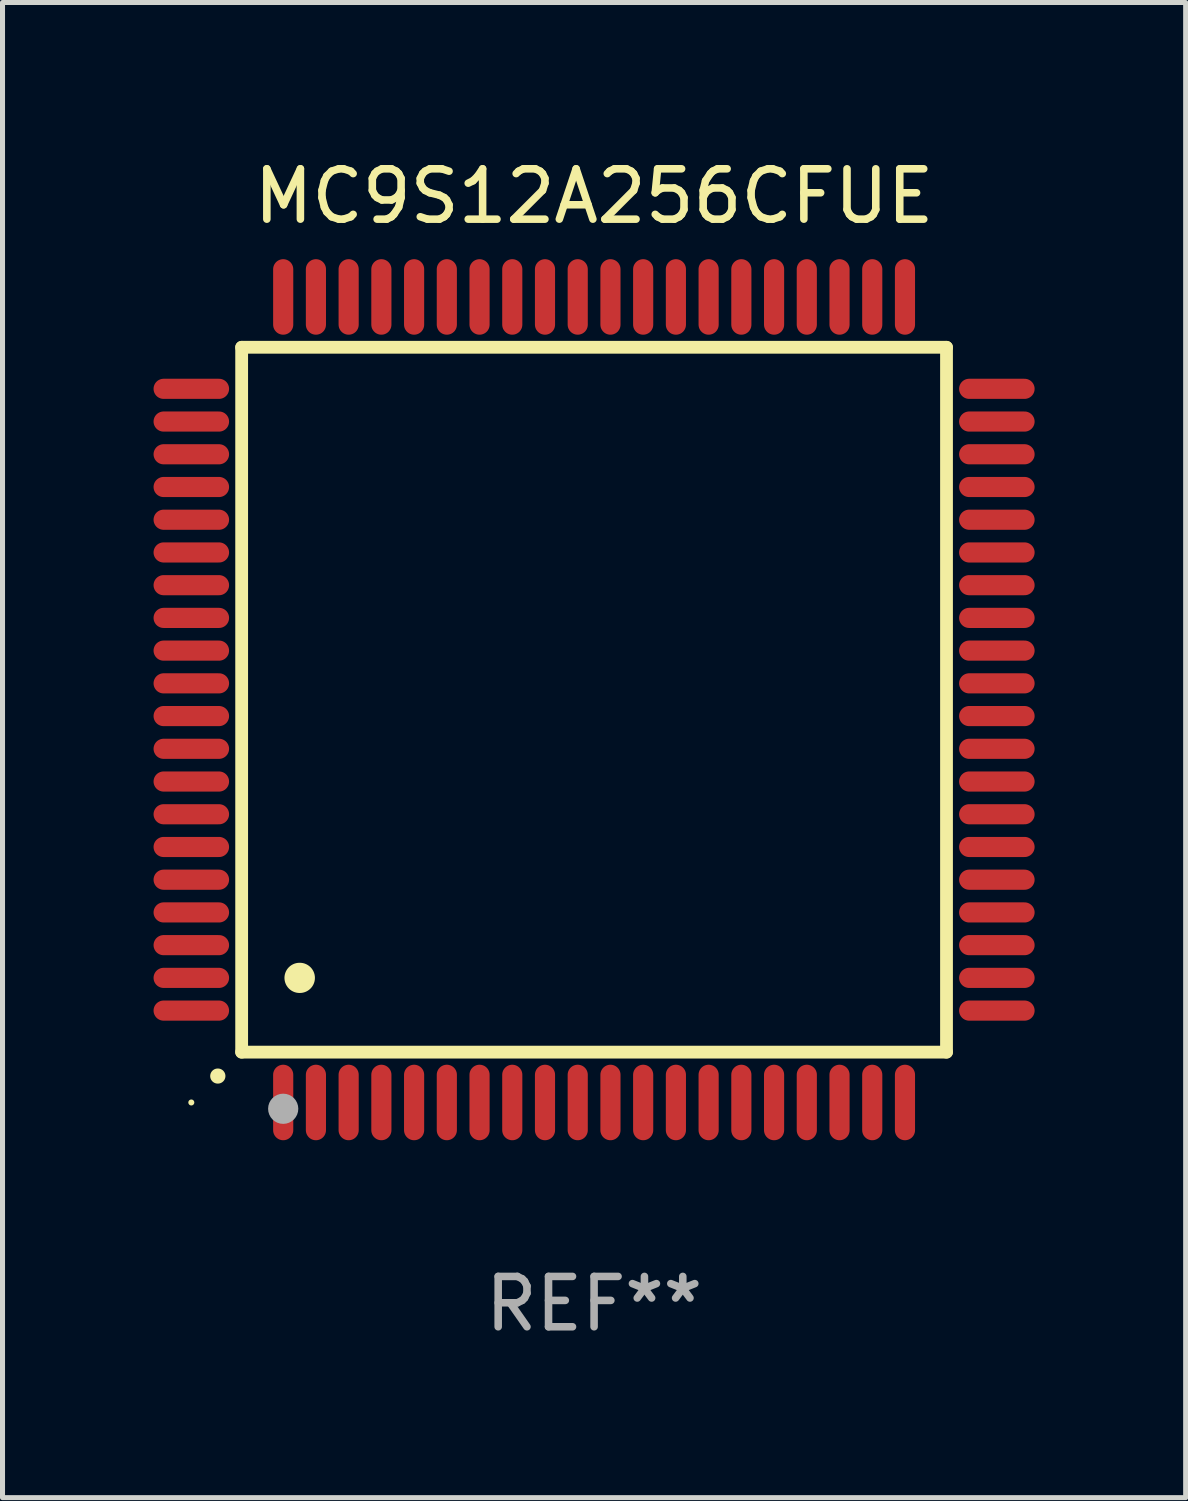
<source format=kicad_pcb>
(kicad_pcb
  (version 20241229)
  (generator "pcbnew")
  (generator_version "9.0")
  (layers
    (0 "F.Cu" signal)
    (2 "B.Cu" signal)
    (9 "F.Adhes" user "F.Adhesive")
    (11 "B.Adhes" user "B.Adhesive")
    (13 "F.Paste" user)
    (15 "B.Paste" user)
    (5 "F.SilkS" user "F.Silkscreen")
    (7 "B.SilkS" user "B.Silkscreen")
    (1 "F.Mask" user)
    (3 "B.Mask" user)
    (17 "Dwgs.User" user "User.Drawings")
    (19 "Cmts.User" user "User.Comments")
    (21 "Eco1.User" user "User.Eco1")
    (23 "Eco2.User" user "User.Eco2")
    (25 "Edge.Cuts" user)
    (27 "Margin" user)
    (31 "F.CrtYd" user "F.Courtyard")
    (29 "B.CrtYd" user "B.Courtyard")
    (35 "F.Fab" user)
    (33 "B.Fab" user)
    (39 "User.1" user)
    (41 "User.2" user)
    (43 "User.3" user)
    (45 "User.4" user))
  (footprint "MC9S12A256CFUE"
    (layer "F.Cu")
    (at 8.75 10.848)
    (property "Reference" "MC9S12A256CFUE" (at 0 -10 0) (layer "F.SilkS") (effects (font (size 1 1) (thickness 0.15))))
    (attr through_hole)
    (fp_line (start -7 -7) (end -7 7) (stroke (width 0.254) (type solid)) (layer "F.SilkS"))
    (fp_line (start -7 -7) (end 7 -7) (stroke (width 0.254) (type solid)) (layer "F.SilkS"))
    (fp_line (start -7 7) (end 7 7) (stroke (width 0.254) (type solid)) (layer "F.SilkS"))
    (fp_line (start 7 -7) (end 7 7) (stroke (width 0.254) (type solid)) (layer "F.SilkS"))
    (fp_arc (start -7.475006 7.475006) (mid -7.473736 7.475001) (end -7.472466 7.475006) (stroke (width 0.3) (type solid)) (layer "F.SilkS"))
    (fp_arc (start -5.850013 5.525019) (mid -5.847473 5.525008) (end -5.844933 5.525019) (stroke (width 0.6) (type solid)) (layer "F.SilkS"))
    (fp_circle (center -8 8) (end -7.97 8) (stroke (width 0.06) (type solid)) (fill no) (layer "F.SilkS"))
    (fp_circle (center -6.175 8.125) (end -6.025 8.125) (stroke (width 0.3) (type solid)) (fill no) (layer "F.Fab"))
    (fp_text user "REF**" (at 0 12 0) (layer "F.Fab") (effects (font (size 1 1) (thickness 0.15))))
    (pad "1" smd oval (at -6.175 8 180) (size 0.4 1.5) (layers "F.Cu" "F.Mask" "F.Paste"))
    (pad "2" smd oval (at -5.525 8 180) (size 0.4 1.5) (layers "F.Cu" "F.Mask" "F.Paste"))
    (pad "3" smd oval (at -4.875 8 180) (size 0.4 1.5) (layers "F.Cu" "F.Mask" "F.Paste"))
    (pad "4" smd oval (at -4.225 8 180) (size 0.4 1.5) (layers "F.Cu" "F.Mask" "F.Paste"))
    (pad "5" smd oval (at -3.575 8 180) (size 0.4 1.5) (layers "F.Cu" "F.Mask" "F.Paste"))
    (pad "6" smd oval (at -2.925 8 180) (size 0.4 1.5) (layers "F.Cu" "F.Mask" "F.Paste"))
    (pad "7" smd oval (at -2.275 8 180) (size 0.4 1.5) (layers "F.Cu" "F.Mask" "F.Paste"))
    (pad "8" smd oval (at -1.625 8 180) (size 0.4 1.5) (layers "F.Cu" "F.Mask" "F.Paste"))
    (pad "9" smd oval (at -0.975 8 180) (size 0.4 1.5) (layers "F.Cu" "F.Mask" "F.Paste"))
    (pad "10" smd oval (at -0.325 8 180) (size 0.4 1.5) (layers "F.Cu" "F.Mask" "F.Paste"))
    (pad "11" smd oval (at 0.325 8 180) (size 0.4 1.5) (layers "F.Cu" "F.Mask" "F.Paste"))
    (pad "12" smd oval (at 0.975 8 180) (size 0.4 1.5) (layers "F.Cu" "F.Mask" "F.Paste"))
    (pad "13" smd oval (at 1.625 8 180) (size 0.4 1.5) (layers "F.Cu" "F.Mask" "F.Paste"))
    (pad "14" smd oval (at 2.275 8 180) (size 0.4 1.5) (layers "F.Cu" "F.Mask" "F.Paste"))
    (pad "15" smd oval (at 2.925 8 180) (size 0.4 1.5) (layers "F.Cu" "F.Mask" "F.Paste"))
    (pad "16" smd oval (at 3.575 8 180) (size 0.4 1.5) (layers "F.Cu" "F.Mask" "F.Paste"))
    (pad "17" smd oval (at 4.225 8 180) (size 0.4 1.5) (layers "F.Cu" "F.Mask" "F.Paste"))
    (pad "18" smd oval (at 4.875 8 180) (size 0.4 1.5) (layers "F.Cu" "F.Mask" "F.Paste"))
    (pad "19" smd oval (at 5.525 8 180) (size 0.4 1.5) (layers "F.Cu" "F.Mask" "F.Paste"))
    (pad "20" smd oval (at 6.175 8) (size 0.4 1.5) (layers "F.Cu" "F.Mask" "F.Paste"))
    (pad "21" smd oval (at 8 6.175 270) (size 0.4 1.5) (layers "F.Cu" "F.Mask" "F.Paste"))
    (pad "22" smd oval (at 8 5.525 90) (size 0.4 1.5) (layers "F.Cu" "F.Mask" "F.Paste"))
    (pad "23" smd oval (at 8 4.875 90) (size 0.4 1.5) (layers "F.Cu" "F.Mask" "F.Paste"))
    (pad "24" smd oval (at 8 4.225 90) (size 0.4 1.5) (layers "F.Cu" "F.Mask" "F.Paste"))
    (pad "25" smd oval (at 8 3.575 90) (size 0.4 1.5) (layers "F.Cu" "F.Mask" "F.Paste"))
    (pad "26" smd oval (at 8 2.925 90) (size 0.4 1.5) (layers "F.Cu" "F.Mask" "F.Paste"))
    (pad "27" smd oval (at 8 2.275 90) (size 0.4 1.5) (layers "F.Cu" "F.Mask" "F.Paste"))
    (pad "28" smd oval (at 8 1.625 90) (size 0.4 1.5) (layers "F.Cu" "F.Mask" "F.Paste"))
    (pad "29" smd oval (at 8 0.975 90) (size 0.4 1.5) (layers "F.Cu" "F.Mask" "F.Paste"))
    (pad "30" smd oval (at 8 0.325 90) (size 0.4 1.5) (layers "F.Cu" "F.Mask" "F.Paste"))
    (pad "31" smd oval (at 8 -0.325 90) (size 0.4 1.5) (layers "F.Cu" "F.Mask" "F.Paste"))
    (pad "32" smd oval (at 8 -0.975 90) (size 0.4 1.5) (layers "F.Cu" "F.Mask" "F.Paste"))
    (pad "33" smd oval (at 8 -1.625 90) (size 0.4 1.5) (layers "F.Cu" "F.Mask" "F.Paste"))
    (pad "34" smd oval (at 8 -2.275 90) (size 0.4 1.5) (layers "F.Cu" "F.Mask" "F.Paste"))
    (pad "35" smd oval (at 8 -2.925 90) (size 0.4 1.5) (layers "F.Cu" "F.Mask" "F.Paste"))
    (pad "36" smd oval (at 8 -3.575 90) (size 0.4 1.5) (layers "F.Cu" "F.Mask" "F.Paste"))
    (pad "37" smd oval (at 8 -4.225 90) (size 0.4 1.5) (layers "F.Cu" "F.Mask" "F.Paste"))
    (pad "38" smd oval (at 8 -4.875 90) (size 0.4 1.5) (layers "F.Cu" "F.Mask" "F.Paste"))
    (pad "39" smd oval (at 8 -5.525 90) (size 0.4 1.5) (layers "F.Cu" "F.Mask" "F.Paste"))
    (pad "40" smd oval (at 8 -6.175 90) (size 0.4 1.5) (layers "F.Cu" "F.Mask" "F.Paste"))
    (pad "41" smd oval (at 6.175 -8) (size 0.4 1.5) (layers "F.Cu" "F.Mask" "F.Paste"))
    (pad "42" smd oval (at 5.525 -8 180) (size 0.4 1.5) (layers "F.Cu" "F.Mask" "F.Paste"))
    (pad "43" smd oval (at 4.875 -8 180) (size 0.4 1.5) (layers "F.Cu" "F.Mask" "F.Paste"))
    (pad "44" smd oval (at 4.225 -8 180) (size 0.4 1.5) (layers "F.Cu" "F.Mask" "F.Paste"))
    (pad "45" smd oval (at 3.575 -8 180) (size 0.4 1.5) (layers "F.Cu" "F.Mask" "F.Paste"))
    (pad "46" smd oval (at 2.925 -8 180) (size 0.4 1.5) (layers "F.Cu" "F.Mask" "F.Paste"))
    (pad "47" smd oval (at 2.275 -8 180) (size 0.4 1.5) (layers "F.Cu" "F.Mask" "F.Paste"))
    (pad "48" smd oval (at 1.625 -8 180) (size 0.4 1.5) (layers "F.Cu" "F.Mask" "F.Paste"))
    (pad "49" smd oval (at 0.975 -8 180) (size 0.4 1.5) (layers "F.Cu" "F.Mask" "F.Paste"))
    (pad "50" smd oval (at 0.325 -8 180) (size 0.4 1.5) (layers "F.Cu" "F.Mask" "F.Paste"))
    (pad "51" smd oval (at -0.325 -8 180) (size 0.4 1.5) (layers "F.Cu" "F.Mask" "F.Paste"))
    (pad "52" smd oval (at -0.975 -8 180) (size 0.4 1.5) (layers "F.Cu" "F.Mask" "F.Paste"))
    (pad "53" smd oval (at -1.625 -8 180) (size 0.4 1.5) (layers "F.Cu" "F.Mask" "F.Paste"))
    (pad "54" smd oval (at -2.275 -8 180) (size 0.4 1.5) (layers "F.Cu" "F.Mask" "F.Paste"))
    (pad "55" smd oval (at -2.925 -8 180) (size 0.4 1.5) (layers "F.Cu" "F.Mask" "F.Paste"))
    (pad "56" smd oval (at -3.575 -8 180) (size 0.4 1.5) (layers "F.Cu" "F.Mask" "F.Paste"))
    (pad "57" smd oval (at -4.225 -8 180) (size 0.4 1.5) (layers "F.Cu" "F.Mask" "F.Paste"))
    (pad "58" smd oval (at -4.875 -8 180) (size 0.4 1.5) (layers "F.Cu" "F.Mask" "F.Paste"))
    (pad "59" smd oval (at -5.525 -8 180) (size 0.4 1.5) (layers "F.Cu" "F.Mask" "F.Paste"))
    (pad "60" smd oval (at -6.175 -8 180) (size 0.4 1.5) (layers "F.Cu" "F.Mask" "F.Paste"))
    (pad "61" smd oval (at -8 -6.175 90) (size 0.4 1.5) (layers "F.Cu" "F.Mask" "F.Paste"))
    (pad "62" smd oval (at -8 -5.525 90) (size 0.4 1.5) (layers "F.Cu" "F.Mask" "F.Paste"))
    (pad "63" smd oval (at -8 -4.875 90) (size 0.4 1.5) (layers "F.Cu" "F.Mask" "F.Paste"))
    (pad "64" smd oval (at -8 -4.225 90) (size 0.4 1.5) (layers "F.Cu" "F.Mask" "F.Paste"))
    (pad "65" smd oval (at -8 -3.575 90) (size 0.4 1.5) (layers "F.Cu" "F.Mask" "F.Paste"))
    (pad "66" smd oval (at -8 -2.925 90) (size 0.4 1.5) (layers "F.Cu" "F.Mask" "F.Paste"))
    (pad "67" smd oval (at -8 -2.275 90) (size 0.4 1.5) (layers "F.Cu" "F.Mask" "F.Paste"))
    (pad "68" smd oval (at -8 -1.625 90) (size 0.4 1.5) (layers "F.Cu" "F.Mask" "F.Paste"))
    (pad "69" smd oval (at -8 -0.975 90) (size 0.4 1.5) (layers "F.Cu" "F.Mask" "F.Paste"))
    (pad "70" smd oval (at -8 -0.325 90) (size 0.4 1.5) (layers "F.Cu" "F.Mask" "F.Paste"))
    (pad "71" smd oval (at -8 0.325 90) (size 0.4 1.5) (layers "F.Cu" "F.Mask" "F.Paste"))
    (pad "72" smd oval (at -8 0.975 90) (size 0.4 1.5) (layers "F.Cu" "F.Mask" "F.Paste"))
    (pad "73" smd oval (at -8 1.625 90) (size 0.4 1.5) (layers "F.Cu" "F.Mask" "F.Paste"))
    (pad "74" smd oval (at -8 2.275 90) (size 0.4 1.5) (layers "F.Cu" "F.Mask" "F.Paste"))
    (pad "75" smd oval (at -8 2.925 90) (size 0.4 1.5) (layers "F.Cu" "F.Mask" "F.Paste"))
    (pad "76" smd oval (at -8 3.575 90) (size 0.4 1.5) (layers "F.Cu" "F.Mask" "F.Paste"))
    (pad "77" smd oval (at -8 4.225 90) (size 0.4 1.5) (layers "F.Cu" "F.Mask" "F.Paste"))
    (pad "78" smd oval (at -8 4.875 90) (size 0.4 1.5) (layers "F.Cu" "F.Mask" "F.Paste"))
    (pad "79" smd oval (at -8 5.525 90) (size 0.4 1.5) (layers "F.Cu" "F.Mask" "F.Paste"))
    (pad "80" smd oval (at -8 6.175 270) (size 0.4 1.5) (layers "F.Cu" "F.Mask" "F.Paste")))
  (gr_rect
    (start -3 -3)
    (end 20.5 26.697)
    (stroke (width 0.1) (type default))
    (fill no)
    (layer "Edge.Cuts")))
</source>
